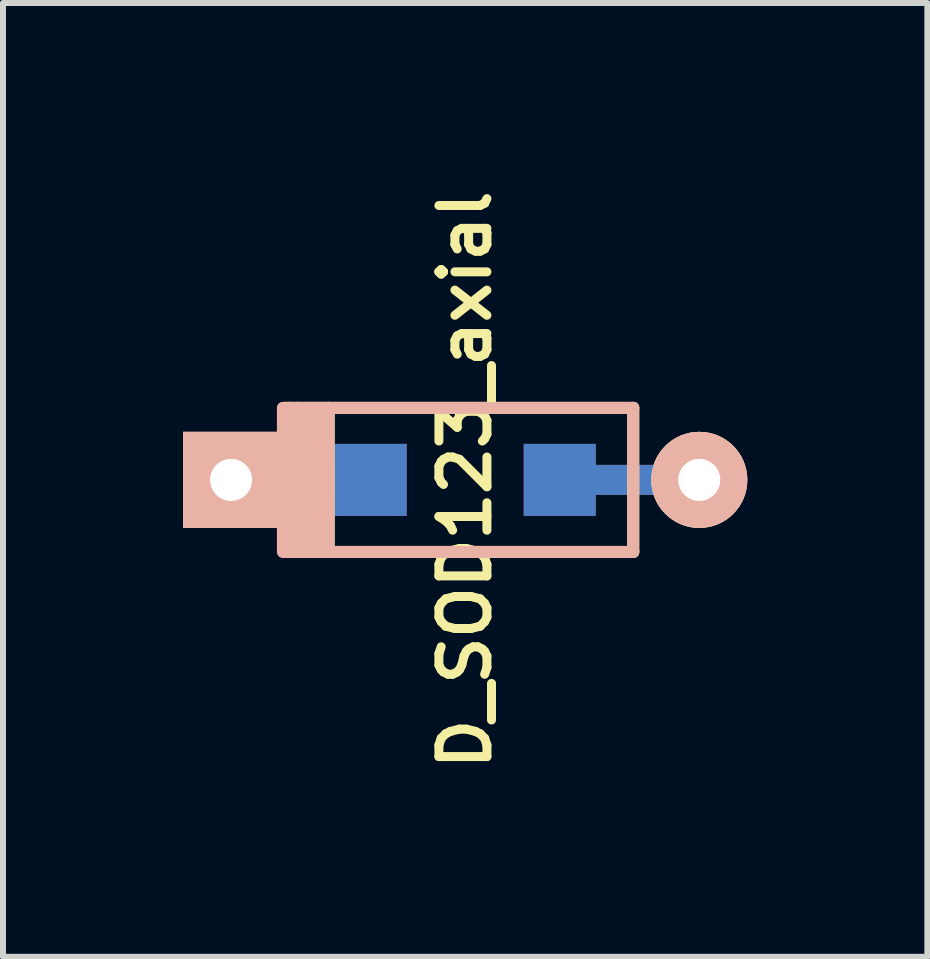
<source format=kicad_pcb>
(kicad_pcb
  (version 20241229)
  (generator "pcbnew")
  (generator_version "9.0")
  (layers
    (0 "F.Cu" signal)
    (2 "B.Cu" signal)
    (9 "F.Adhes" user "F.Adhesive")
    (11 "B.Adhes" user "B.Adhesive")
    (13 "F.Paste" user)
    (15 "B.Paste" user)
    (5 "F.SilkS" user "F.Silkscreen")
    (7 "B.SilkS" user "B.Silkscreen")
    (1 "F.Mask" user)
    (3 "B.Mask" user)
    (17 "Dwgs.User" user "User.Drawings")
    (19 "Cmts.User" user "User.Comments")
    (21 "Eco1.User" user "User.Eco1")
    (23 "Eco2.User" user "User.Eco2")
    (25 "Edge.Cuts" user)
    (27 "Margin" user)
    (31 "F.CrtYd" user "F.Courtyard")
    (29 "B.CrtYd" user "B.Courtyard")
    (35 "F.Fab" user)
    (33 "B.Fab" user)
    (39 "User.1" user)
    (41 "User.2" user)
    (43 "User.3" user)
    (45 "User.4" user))
  (footprint "D_SOD123_axial"
    (layer "F.Cu")
    (at 4.7 4.945)
    (property "Reference" "D_SOD123_axial" (at 0 0 90) (layer "F.SilkS") (effects (font (size 0.8 0.8) (thickness 0.15))))
    (attr smd)
    (fp_line (start -3.025 1.2) (end -3.025 -1.2) (stroke (width 0.2) (type solid)) (layer "F.SilkS"))
    (fp_line (start -3 -1.2) (end 2.8 -1.2) (stroke (width 0.2) (type solid)) (layer "F.SilkS"))
    (fp_line (start -2.925 -1.2) (end -2.925 1.2) (stroke (width 0.2) (type solid)) (layer "F.SilkS"))
    (fp_line (start -2.8 -1.2) (end -2.8 1.2) (stroke (width 0.2) (type solid)) (layer "F.SilkS"))
    (fp_line (start -2.625 -1.2) (end -2.625 1.2) (stroke (width 0.2) (type solid)) (layer "F.SilkS"))
    (fp_line (start -2.45 -1.2) (end -2.45 1.2) (stroke (width 0.2) (type solid)) (layer "F.SilkS"))
    (fp_line (start -2.275 -1.2) (end -2.275 1.2) (stroke (width 0.2) (type solid)) (layer "F.SilkS"))
    (fp_line (start 2.8 -1.2) (end 2.8 1.2) (stroke (width 0.2) (type solid)) (layer "F.SilkS"))
    (fp_line (start 2.8 1.2) (end -3 1.2) (stroke (width 0.2) (type solid)) (layer "F.SilkS"))
    (fp_line (start -3.037 1.2) (end -3.037 -1.2) (stroke (width 0.2) (type solid)) (layer "B.SilkS"))
    (fp_line (start -3 1.2) (end 2.8 1.2) (stroke (width 0.2) (type solid)) (layer "B.SilkS"))
    (fp_line (start -2.91 1.2) (end -2.91 -1.2) (stroke (width 0.2) (type solid)) (layer "B.SilkS"))
    (fp_line (start -2.783 1.2) (end -2.783 -1.2) (stroke (width 0.2) (type solid)) (layer "B.SilkS"))
    (fp_line (start -2.656 1.2) (end -2.656 -1.2) (stroke (width 0.2) (type solid)) (layer "B.SilkS"))
    (fp_line (start -2.529 1.2) (end -2.529 -1.2) (stroke (width 0.2) (type solid)) (layer "B.SilkS"))
    (fp_line (start -2.402 1.2) (end -2.402 -1.2) (stroke (width 0.2) (type solid)) (layer "B.SilkS"))
    (fp_line (start -2.275 1.2) (end -2.275 -1.2) (stroke (width 0.2) (type solid)) (layer "B.SilkS"))
    (fp_line (start 2.8 -1.2) (end -3 -1.2) (stroke (width 0.2) (type solid)) (layer "B.SilkS"))
    (fp_line (start 2.8 1.2) (end 2.8 -1.2) (stroke (width 0.2) (type solid)) (layer "B.SilkS"))
    (pad "1" thru_hole rect (at -3.9 0) (size 1.6 1.6) (drill 0.7) (layers "*.Cu" "*.SilkS" "*.Mask"))
    (pad "1" smd rect (at -2.7 0) (size 2.5 0.5) (layers "F.Cu"))
    (pad "1" smd rect (at -2.7 0) (size 2.5 0.5) (layers "B.Cu"))
    (pad "1" smd rect (at -1.575 0) (size 1.2 1.2) (layers "F.Cu" "F.Mask" "F.Paste"))
    (pad "1" smd rect (at -1.575 0) (size 1.2 1.2) (layers "B.Cu" "B.Mask" "B.Paste"))
    (pad "2" smd rect (at 1.575 0) (size 1.2 1.2) (layers "F.Cu" "F.Mask" "F.Paste"))
    (pad "2" smd rect (at 1.575 0) (size 1.2 1.2) (layers "B.Cu" "B.Mask" "B.Paste"))
    (pad "2" smd rect (at 2.7 0) (size 2.5 0.5) (layers "F.Cu"))
    (pad "2" smd rect (at 2.7 0) (size 2.5 0.5) (layers "B.Cu"))
    (pad "2" thru_hole circle (at 3.9 0) (size 1.6 1.6) (drill 0.7) (layers "*.Cu" "*.SilkS" "*.Mask")))
  (gr_rect
    (start -3 -3)
    (end 12.4 12.89)
    (stroke (width 0.1) (type default))
    (fill no)
    (layer "Edge.Cuts")))
</source>
